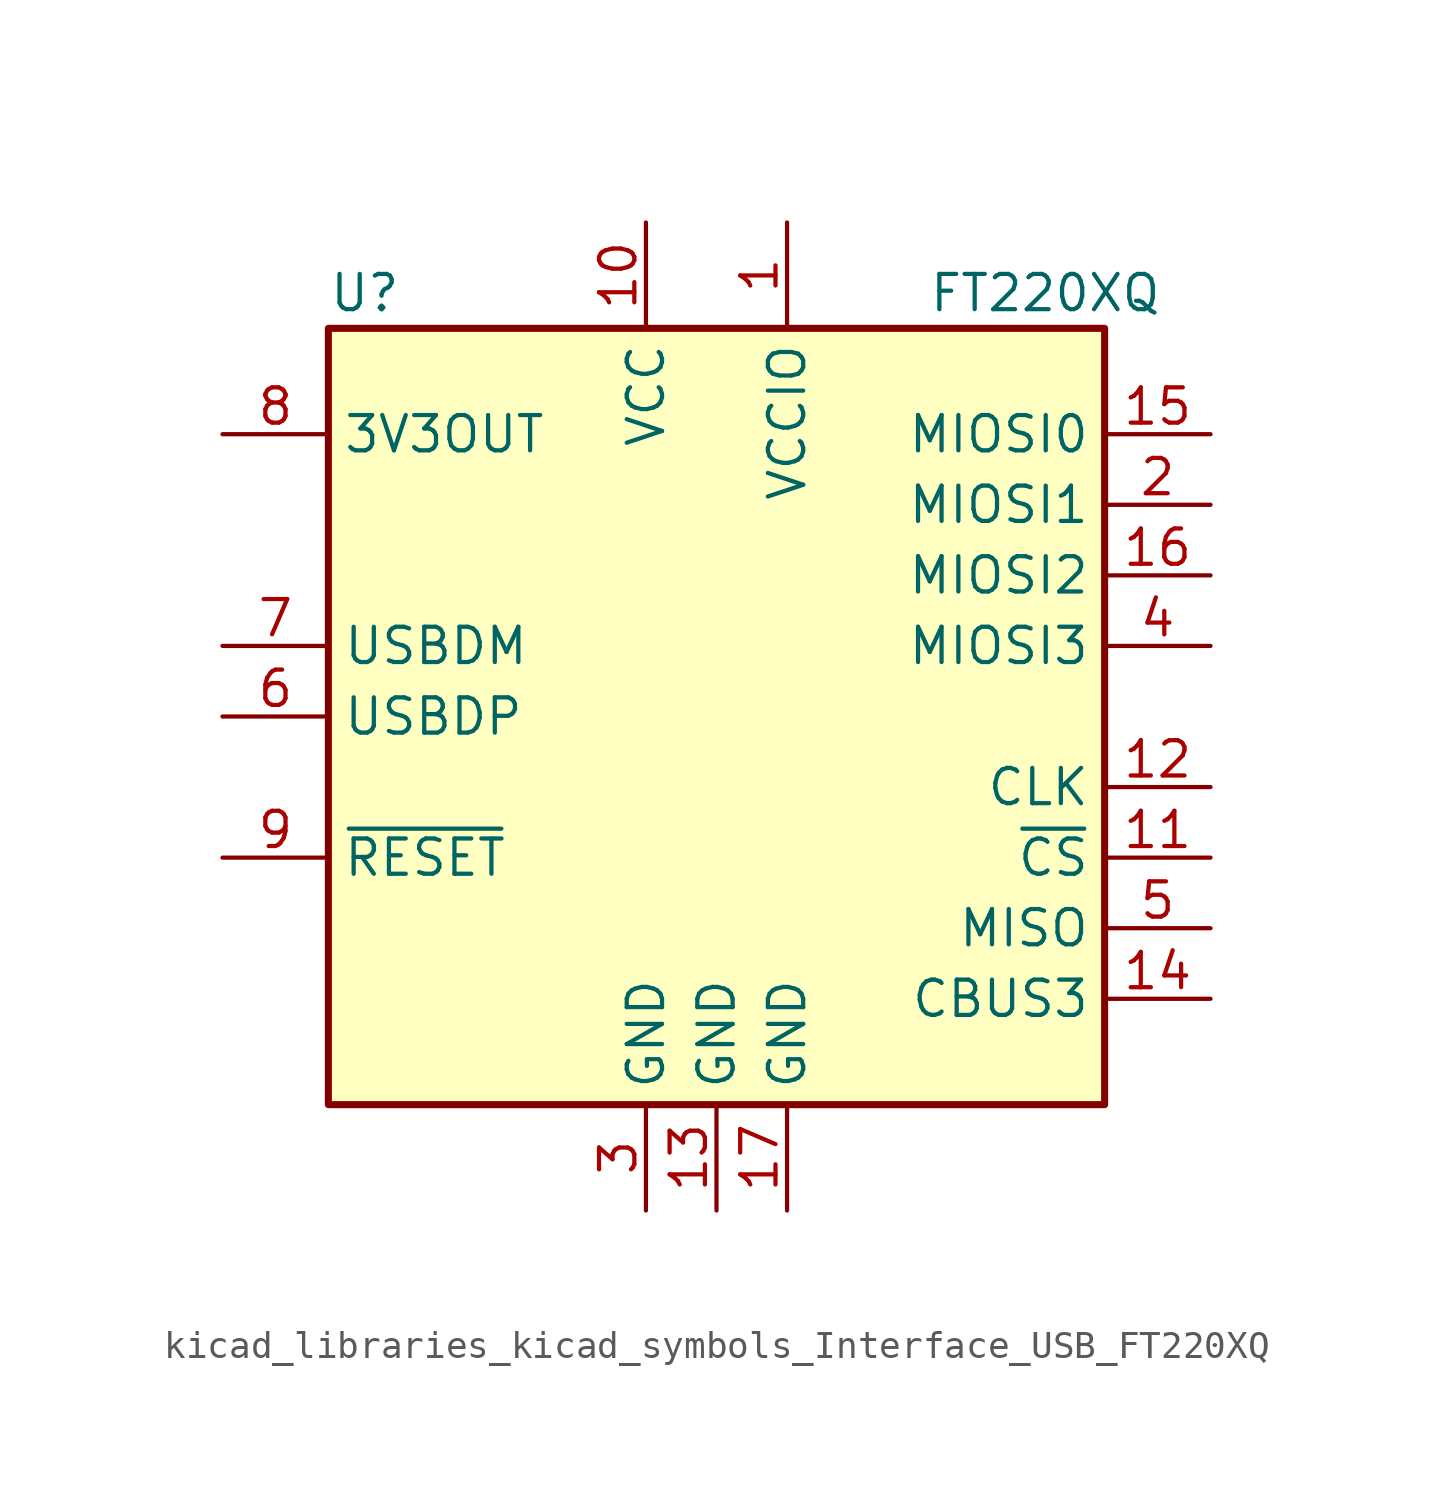
<source format=kicad_sym>
(kicad_symbol_lib
  (version 20220914)
  (generator kicad_symbol_editor)
  (symbol "kicad_libraries_kicad_symbols_Interface_USB_FT220XQ"
    (property "Reference" "U"
      (at -13.97 15.24 0)
      (effects (font (size 1.27 1.27)) (justify left)))
    (property "Value" "FT220XQ"
      (at 7.62 15.24 0)
      (effects (font (size 1.27 1.27)) (justify left)))
    (symbol "kicad_libraries_kicad_symbols_Interface_USB_FT220XQ_0_1"
      (rectangle (start -13.97 13.97) (end 13.97 -13.97) (stroke (width 0.254) (type default)) (fill (type background))))
    (symbol "kicad_libraries_kicad_symbols_Interface_USB_FT220XQ_1_1"
      (pin power_in line (at 2.54 17.78 270) (length 3.81) (name "VCCIO" (effects (font (size 1.27 1.27)))) (number "1" (effects (font (size 1.27 1.27)))))
      (pin power_in line (at -2.54 17.78 270) (length 3.81) (name "VCC" (effects (font (size 1.27 1.27)))) (number "10" (effects (font (size 1.27 1.27)))))
      (pin input line (at 17.78 -5.08 180) (length 3.81) (name "~{CS}" (effects (font (size 1.27 1.27)))) (number "11" (effects (font (size 1.27 1.27)))))
      (pin input line (at 17.78 -2.54 180) (length 3.81) (name "CLK" (effects (font (size 1.27 1.27)))) (number "12" (effects (font (size 1.27 1.27)))))
      (pin power_in line (at 0 -17.78 90) (length 3.81) (name "GND" (effects (font (size 1.27 1.27)))) (number "13" (effects (font (size 1.27 1.27)))))
      (pin bidirectional line (at 17.78 -10.16 180) (length 3.81) (name "CBUS3" (effects (font (size 1.27 1.27)))) (number "14" (effects (font (size 1.27 1.27)))))
      (pin input line (at 17.78 10.16 180) (length 3.81) (name "MIOSI0" (effects (font (size 1.27 1.27)))) (number "15" (effects (font (size 1.27 1.27)))))
      (pin input line (at 17.78 5.08 180) (length 3.81) (name "MIOSI2" (effects (font (size 1.27 1.27)))) (number "16" (effects (font (size 1.27 1.27)))))
      (pin power_in line (at 2.54 -17.78 90) (length 3.81) (name "GND" (effects (font (size 1.27 1.27)))) (number "17" (effects (font (size 1.27 1.27)))))
      (pin input line (at 17.78 7.62 180) (length 3.81) (name "MIOSI1" (effects (font (size 1.27 1.27)))) (number "2" (effects (font (size 1.27 1.27)))))
      (pin power_in line (at -2.54 -17.78 90) (length 3.81) (name "GND" (effects (font (size 1.27 1.27)))) (number "3" (effects (font (size 1.27 1.27)))))
      (pin input line (at 17.78 2.54 180) (length 3.81) (name "MIOSI3" (effects (font (size 1.27 1.27)))) (number "4" (effects (font (size 1.27 1.27)))))
      (pin input line (at 17.78 -7.62 180) (length 3.81) (name "MISO" (effects (font (size 1.27 1.27)))) (number "5" (effects (font (size 1.27 1.27)))))
      (pin bidirectional line (at -17.78 0 0) (length 3.81) (name "USBDP" (effects (font (size 1.27 1.27)))) (number "6" (effects (font (size 1.27 1.27)))))
      (pin bidirectional line (at -17.78 2.54 0) (length 3.81) (name "USBDM" (effects (font (size 1.27 1.27)))) (number "7" (effects (font (size 1.27 1.27)))))
      (pin power_out line (at -17.78 10.16 0) (length 3.81) (name "3V3OUT" (effects (font (size 1.27 1.27)))) (number "8" (effects (font (size 1.27 1.27)))))
      (pin input line (at -17.78 -5.08 0) (length 3.81) (name "~{RESET}" (effects (font (size 1.27 1.27)))) (number "9" (effects (font (size 1.27 1.27))))))))
</source>
